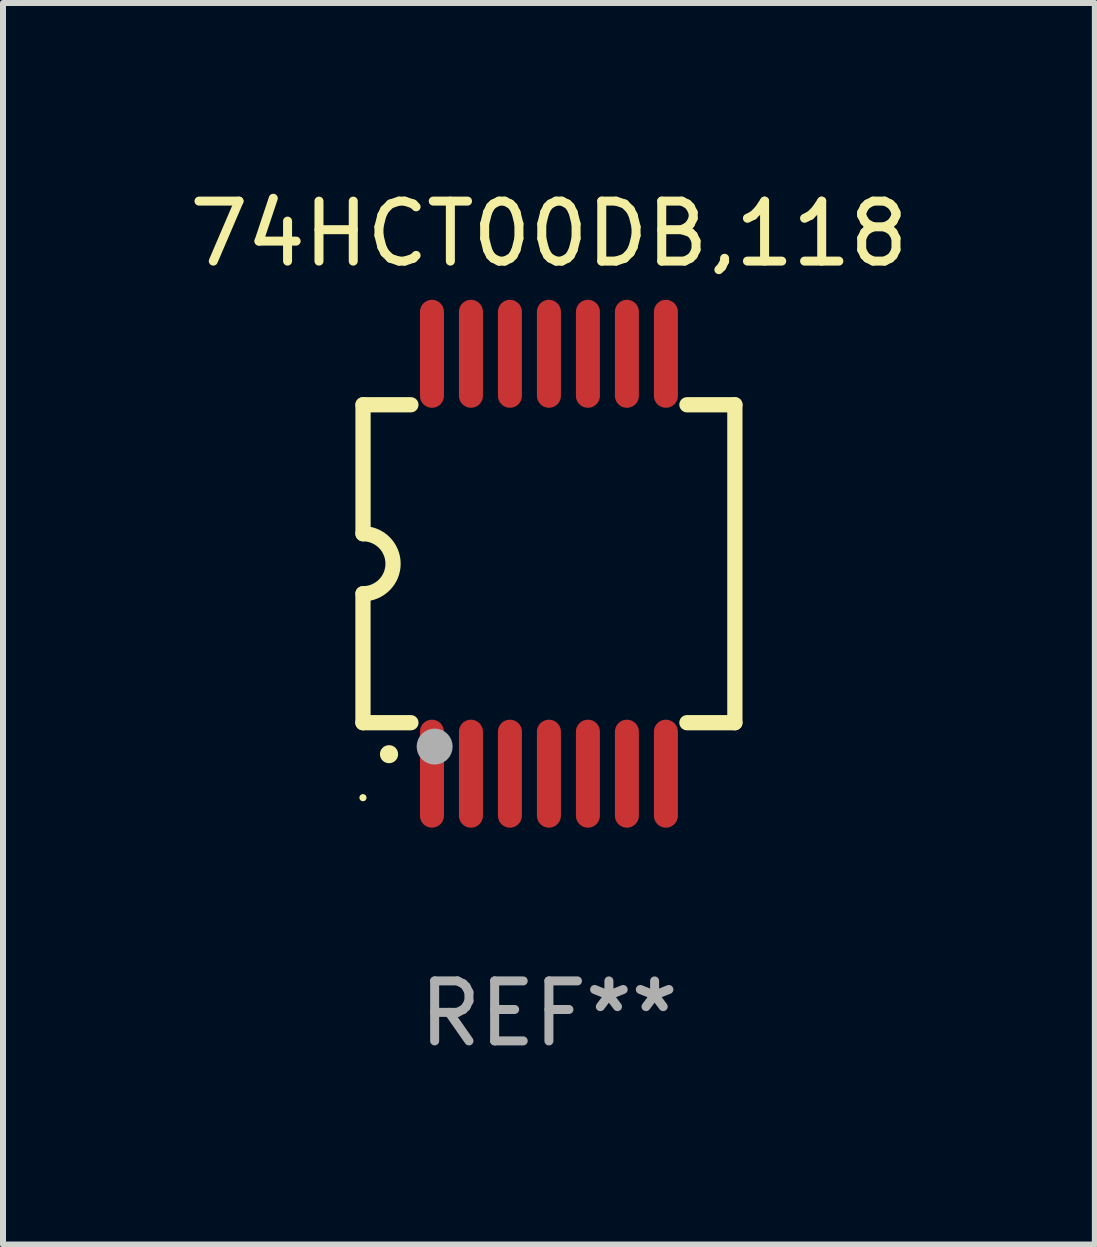
<source format=kicad_pcb>
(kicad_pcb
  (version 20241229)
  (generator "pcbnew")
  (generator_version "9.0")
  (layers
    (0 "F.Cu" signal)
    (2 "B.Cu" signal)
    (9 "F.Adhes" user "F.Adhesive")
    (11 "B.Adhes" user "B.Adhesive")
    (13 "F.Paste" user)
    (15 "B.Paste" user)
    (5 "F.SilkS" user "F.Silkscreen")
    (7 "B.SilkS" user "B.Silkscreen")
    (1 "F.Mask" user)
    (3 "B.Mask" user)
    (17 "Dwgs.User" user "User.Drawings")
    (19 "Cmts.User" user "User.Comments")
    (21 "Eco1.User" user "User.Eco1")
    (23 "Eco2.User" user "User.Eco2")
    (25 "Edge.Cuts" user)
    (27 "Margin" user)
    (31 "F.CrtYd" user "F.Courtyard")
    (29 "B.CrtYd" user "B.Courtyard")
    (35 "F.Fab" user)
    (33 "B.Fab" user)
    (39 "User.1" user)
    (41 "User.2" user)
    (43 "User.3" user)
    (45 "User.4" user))
  (footprint "74HCT00DB,118"
    (layer "F.Cu")
    (at 6.101 6.348)
    (property "Reference" "74HCT00DB,118" (at 0 -5.5 0) (layer "F.SilkS") (effects (font (size 1 1) (thickness 0.15))))
    (attr through_hole)
    (fp_line (start -3.1 2.65) (end -3.1 0.5) (stroke (width 0.254) (type solid)) (layer "F.SilkS"))
    (fp_line (start -3.099 -2.65) (end -2.301 -2.65) (stroke (width 0.254) (type solid)) (layer "F.SilkS"))
    (fp_line (start -3.099 -0.5) (end -3.099 -2.65) (stroke (width 0.254) (type solid)) (layer "F.SilkS"))
    (fp_line (start -2.301 2.65) (end -3.1 2.65) (stroke (width 0.254) (type solid)) (layer "F.SilkS"))
    (fp_line (start 2.301 -2.65) (end 3.1 -2.65) (stroke (width 0.254) (type solid)) (layer "F.SilkS"))
    (fp_line (start 3.1 -2.65) (end 3.1 2.65) (stroke (width 0.254) (type solid)) (layer "F.SilkS"))
    (fp_line (start 3.1 2.65) (end 2.301 2.65) (stroke (width 0.254) (type solid)) (layer "F.SilkS"))
    (fp_arc (start -3.098806 -0.500381) (mid -2.598806 0) (end -3.098806 0.500381) (stroke (width 0.254001) (type solid)) (layer "F.SilkS"))
    (fp_arc (start -2.667005 3.175006) (mid -2.665735 3.175001) (end -2.664465 3.175006) (stroke (width 0.3) (type solid)) (layer "F.SilkS"))
    (fp_circle (center -3.1 3.9) (end -3.07 3.9) (stroke (width 0.06) (type solid)) (fill no) (layer "F.SilkS"))
    (fp_circle (center -1.905 3.048) (end -1.755 3.048) (stroke (width 0.3) (type solid)) (fill no) (layer "F.Fab"))
    (fp_text user "REF**" (at 0 7.5 0) (layer "F.Fab") (effects (font (size 1 1) (thickness 0.15))))
    (pad "1" smd oval (at -1.95 3.5 270) (size 1.8 0.4) (layers "F.Cu" "F.Mask" "F.Paste"))
    (pad "2" smd oval (at -1.3 3.5 270) (size 1.8 0.4) (layers "F.Cu" "F.Mask" "F.Paste"))
    (pad "3" smd oval (at -0.65 3.5 270) (size 1.8 0.4) (layers "F.Cu" "F.Mask" "F.Paste"))
    (pad "4" smd oval (at 0 3.5 270) (size 1.8 0.4) (layers "F.Cu" "F.Mask" "F.Paste"))
    (pad "5" smd oval (at 0.65 3.5 270) (size 1.8 0.4) (layers "F.Cu" "F.Mask" "F.Paste"))
    (pad "6" smd oval (at 1.3 3.5 270) (size 1.8 0.4) (layers "F.Cu" "F.Mask" "F.Paste"))
    (pad "7" smd oval (at 1.95 3.5 270) (size 1.8 0.4) (layers "F.Cu" "F.Mask" "F.Paste"))
    (pad "8" smd oval (at 1.95 -3.5 90) (size 1.8 0.4) (layers "F.Cu" "F.Mask" "F.Paste"))
    (pad "9" smd oval (at 1.3 -3.5 90) (size 1.8 0.4) (layers "F.Cu" "F.Mask" "F.Paste"))
    (pad "10" smd oval (at 0.65 -3.5 90) (size 1.8 0.4) (layers "F.Cu" "F.Mask" "F.Paste"))
    (pad "11" smd oval (at 0 -3.5 90) (size 1.8 0.4) (layers "F.Cu" "F.Mask" "F.Paste"))
    (pad "12" smd oval (at -0.65 -3.5 90) (size 1.8 0.4) (layers "F.Cu" "F.Mask" "F.Paste"))
    (pad "13" smd oval (at -1.3 -3.5 90) (size 1.8 0.4) (layers "F.Cu" "F.Mask" "F.Paste"))
    (pad "14" smd oval (at -1.95 -3.5 90) (size 1.8 0.4) (layers "F.Cu" "F.Mask" "F.Paste")))
  (gr_rect
    (start -3 -3)
    (end 15.202 17.697)
    (stroke (width 0.1) (type default))
    (fill no)
    (layer "Edge.Cuts")))
</source>
